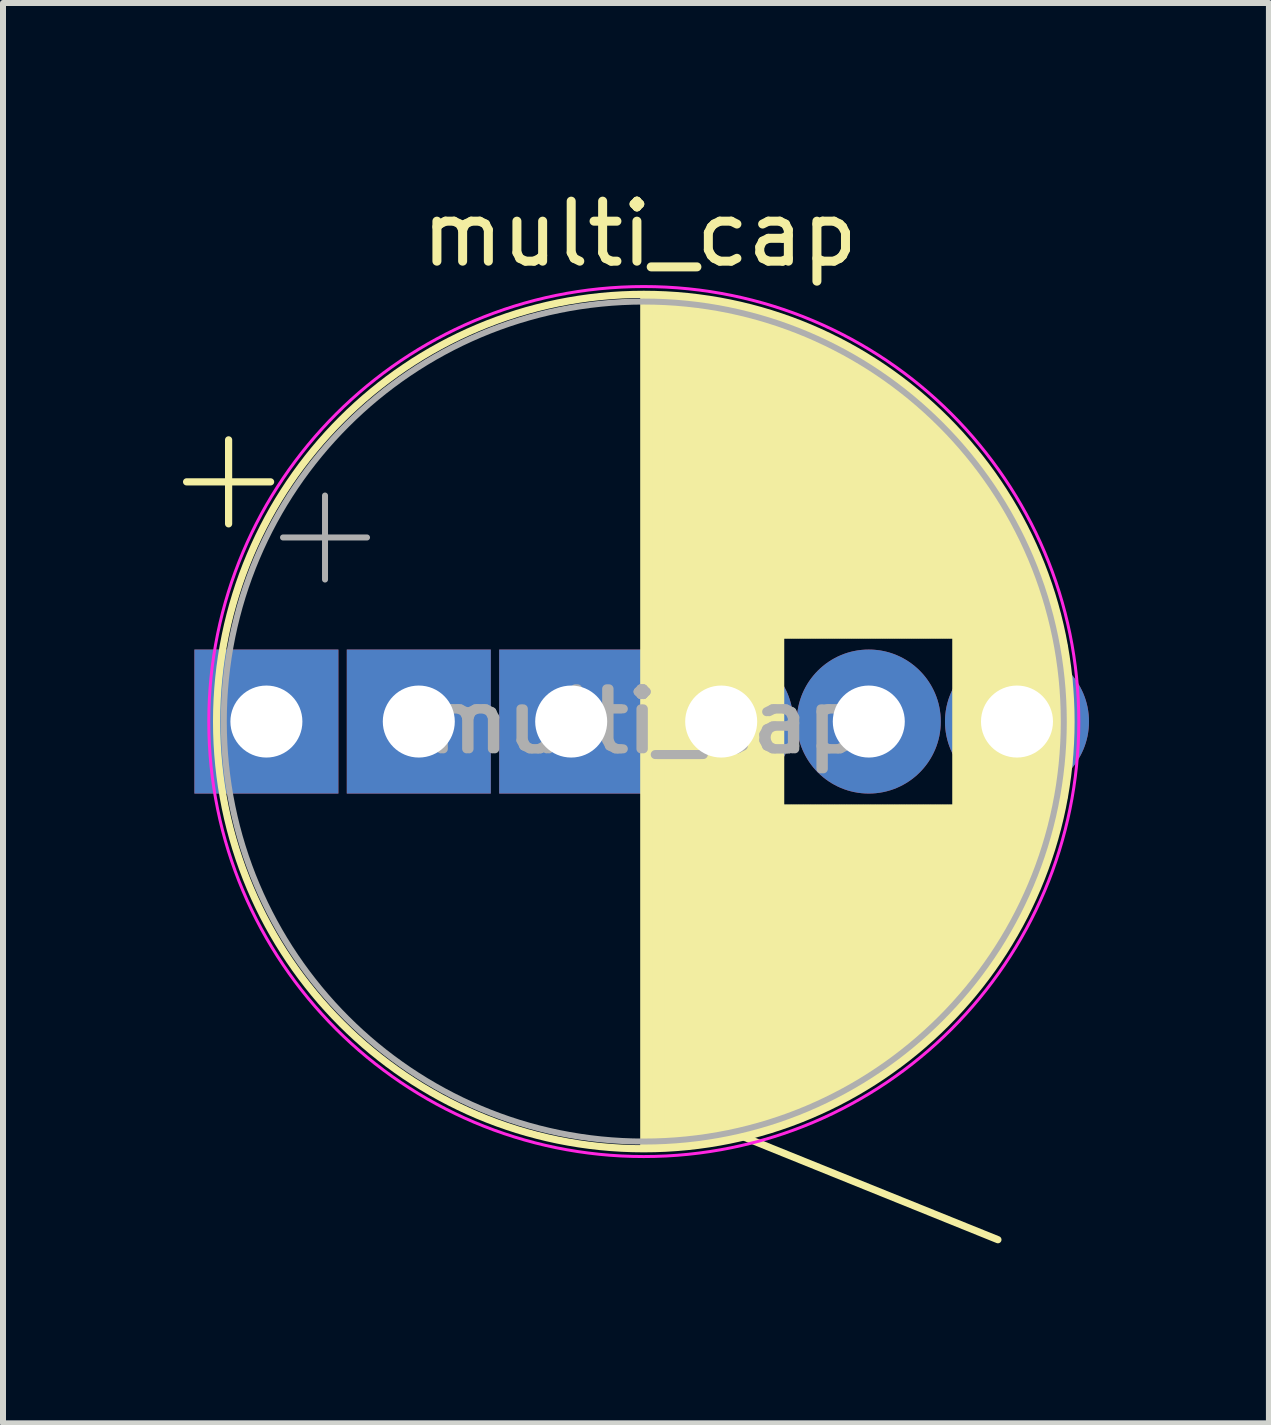
<source format=kicad_pcb>
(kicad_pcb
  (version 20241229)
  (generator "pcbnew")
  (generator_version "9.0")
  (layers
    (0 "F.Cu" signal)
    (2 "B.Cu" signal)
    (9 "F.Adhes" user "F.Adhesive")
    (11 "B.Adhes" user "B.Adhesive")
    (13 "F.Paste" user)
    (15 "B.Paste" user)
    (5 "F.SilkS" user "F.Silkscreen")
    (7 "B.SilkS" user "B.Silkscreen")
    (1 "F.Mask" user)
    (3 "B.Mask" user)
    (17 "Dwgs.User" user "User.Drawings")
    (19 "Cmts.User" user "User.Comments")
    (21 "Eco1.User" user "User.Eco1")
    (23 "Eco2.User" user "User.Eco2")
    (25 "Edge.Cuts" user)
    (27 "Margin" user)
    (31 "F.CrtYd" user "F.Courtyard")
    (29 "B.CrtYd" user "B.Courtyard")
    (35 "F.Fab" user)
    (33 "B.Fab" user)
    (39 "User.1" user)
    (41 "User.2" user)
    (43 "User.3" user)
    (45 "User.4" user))
  (footprint "multi_cap"
    (layer "F.Cu")
    (at 7.613 9.103)
    (property "Reference" "multi_cap" (at 0 -8.255 0) (layer "F.SilkS") (effects (font (size 1 1) (thickness 0.15))))
    (attr through_hole)
    (fp_line (start -7.553 -4.122) (end -6.153 -4.122) (stroke (width 0.12) (type solid)) (layer "F.SilkS"))
    (fp_line (start -6.853 -4.822) (end -6.853 -3.422) (stroke (width 0.12) (type solid)) (layer "F.SilkS"))
    (fp_line (start 0.067 -7.207) (end 0.067 6.953) (stroke (width 0.12) (type solid)) (layer "F.SilkS"))
    (fp_line (start 0.107 -7.207) (end 0.107 6.953) (stroke (width 0.12) (type solid)) (layer "F.SilkS"))
    (fp_line (start 0.147 -7.207) (end 0.147 6.953) (stroke (width 0.12) (type solid)) (layer "F.SilkS"))
    (fp_line (start 0.187 -7.206) (end 0.187 6.952) (stroke (width 0.12) (type solid)) (layer "F.SilkS"))
    (fp_line (start 0.227 -7.206) (end 0.227 6.952) (stroke (width 0.12) (type solid)) (layer "F.SilkS"))
    (fp_line (start 0.267 -7.205) (end 0.267 6.951) (stroke (width 0.12) (type solid)) (layer "F.SilkS"))
    (fp_line (start 0.307 -7.203) (end 0.307 6.949) (stroke (width 0.12) (type solid)) (layer "F.SilkS"))
    (fp_line (start 0.347 -7.202) (end 0.347 6.948) (stroke (width 0.12) (type solid)) (layer "F.SilkS"))
    (fp_line (start 0.387 -7.2) (end 0.387 6.946) (stroke (width 0.12) (type solid)) (layer "F.SilkS"))
    (fp_line (start 0.427 -7.198) (end 0.427 6.944) (stroke (width 0.12) (type solid)) (layer "F.SilkS"))
    (fp_line (start 0.467 -7.196) (end 0.467 6.942) (stroke (width 0.12) (type solid)) (layer "F.SilkS"))
    (fp_line (start 0.507 -7.194) (end 0.507 6.94) (stroke (width 0.12) (type solid)) (layer "F.SilkS"))
    (fp_line (start 0.547 -7.191) (end 0.547 6.937) (stroke (width 0.12) (type solid)) (layer "F.SilkS"))
    (fp_line (start 0.587 -7.188) (end 0.587 6.934) (stroke (width 0.12) (type solid)) (layer "F.SilkS"))
    (fp_line (start 0.627 -7.185) (end 0.627 6.931) (stroke (width 0.12) (type solid)) (layer "F.SilkS"))
    (fp_line (start 0.707 -7.179) (end 0.707 6.925) (stroke (width 0.12) (type solid)) (layer "F.SilkS"))
    (fp_line (start 0.747 -7.175) (end 0.747 6.921) (stroke (width 0.12) (type solid)) (layer "F.SilkS"))
    (fp_line (start 0.788 -7.171) (end 0.788 6.917) (stroke (width 0.12) (type solid)) (layer "F.SilkS"))
    (fp_line (start 0.828 -7.167) (end 0.828 6.913) (stroke (width 0.12) (type solid)) (layer "F.SilkS"))
    (fp_line (start 0.868 -7.162) (end 0.868 6.908) (stroke (width 0.12) (type solid)) (layer "F.SilkS"))
    (fp_line (start 0.908 -7.158) (end 0.908 6.904) (stroke (width 0.12) (type solid)) (layer "F.SilkS"))
    (fp_line (start 0.948 -7.153) (end 0.948 6.899) (stroke (width 0.12) (type solid)) (layer "F.SilkS"))
    (fp_line (start 0.988 -7.148) (end 0.988 6.894) (stroke (width 0.12) (type solid)) (layer "F.SilkS"))
    (fp_line (start 1.028 -7.142) (end 1.028 6.888) (stroke (width 0.12) (type solid)) (layer "F.SilkS"))
    (fp_line (start 1.068 -7.137) (end 1.068 6.883) (stroke (width 0.12) (type solid)) (layer "F.SilkS"))
    (fp_line (start 1.108 -7.131) (end 1.108 6.877) (stroke (width 0.12) (type solid)) (layer "F.SilkS"))
    (fp_line (start 1.148 -7.125) (end 1.148 6.871) (stroke (width 0.12) (type solid)) (layer "F.SilkS"))
    (fp_line (start 1.188 -7.119) (end 1.188 6.865) (stroke (width 0.12) (type solid)) (layer "F.SilkS"))
    (fp_line (start 1.228 -7.112) (end 1.228 6.858) (stroke (width 0.12) (type solid)) (layer "F.SilkS"))
    (fp_line (start 1.268 -7.106) (end 1.268 6.852) (stroke (width 0.12) (type solid)) (layer "F.SilkS"))
    (fp_line (start 1.308 -7.099) (end 1.308 6.845) (stroke (width 0.12) (type solid)) (layer "F.SilkS"))
    (fp_line (start 1.348 -7.091) (end 1.348 6.837) (stroke (width 0.12) (type solid)) (layer "F.SilkS"))
    (fp_line (start 1.388 -7.084) (end 1.388 6.83) (stroke (width 0.12) (type solid)) (layer "F.SilkS"))
    (fp_line (start 1.428 -7.076) (end 1.428 6.822) (stroke (width 0.12) (type solid)) (layer "F.SilkS"))
    (fp_line (start 1.468 -7.069) (end 1.468 6.815) (stroke (width 0.12) (type solid)) (layer "F.SilkS"))
    (fp_line (start 1.508 -7.06) (end 1.508 6.806) (stroke (width 0.12) (type solid)) (layer "F.SilkS"))
    (fp_line (start 1.548 -7.052) (end 1.548 6.798) (stroke (width 0.12) (type solid)) (layer "F.SilkS"))
    (fp_line (start 1.588 -7.043) (end 1.588 6.789) (stroke (width 0.12) (type solid)) (layer "F.SilkS"))
    (fp_line (start 1.628 -7.034) (end 1.628 6.78) (stroke (width 0.12) (type solid)) (layer "F.SilkS"))
    (fp_line (start 1.708 -7.016) (end 1.708 6.762) (stroke (width 0.12) (type solid)) (layer "F.SilkS"))
    (fp_line (start 1.748 -7.006) (end 1.748 6.752) (stroke (width 0.12) (type solid)) (layer "F.SilkS"))
    (fp_line (start 1.788 -6.997) (end 1.788 6.743) (stroke (width 0.12) (type solid)) (layer "F.SilkS"))
    (fp_line (start 1.828 -6.987) (end 1.828 6.733) (stroke (width 0.12) (type solid)) (layer "F.SilkS"))
    (fp_line (start 1.868 -6.976) (end 1.868 6.722) (stroke (width 0.12) (type solid)) (layer "F.SilkS"))
    (fp_line (start 1.908 -6.966) (end 1.908 6.712) (stroke (width 0.12) (type solid)) (layer "F.SilkS"))
    (fp_line (start 1.948 -6.955) (end 1.948 6.701) (stroke (width 0.12) (type solid)) (layer "F.SilkS"))
    (fp_line (start 1.988 -6.944) (end 1.988 6.69) (stroke (width 0.12) (type solid)) (layer "F.SilkS"))
    (fp_line (start 2.028 -6.932) (end 2.028 6.678) (stroke (width 0.12) (type solid)) (layer "F.SilkS"))
    (fp_line (start 2.068 -6.921) (end 2.068 6.667) (stroke (width 0.12) (type solid)) (layer "F.SilkS"))
    (fp_line (start 2.108 -6.909) (end 2.108 6.655) (stroke (width 0.12) (type solid)) (layer "F.SilkS"))
    (fp_line (start 2.148 -6.897) (end 2.148 6.643) (stroke (width 0.12) (type solid)) (layer "F.SilkS"))
    (fp_line (start 2.188 -6.885) (end 2.188 6.631) (stroke (width 0.12) (type solid)) (layer "F.SilkS"))
    (fp_line (start 2.228 -6.872) (end 2.228 6.618) (stroke (width 0.12) (type solid)) (layer "F.SilkS"))
    (fp_line (start 2.268 -6.859) (end 2.268 6.605) (stroke (width 0.12) (type solid)) (layer "F.SilkS"))
    (fp_line (start 2.308 -6.846) (end 2.308 6.592) (stroke (width 0.12) (type solid)) (layer "F.SilkS"))
    (fp_line (start 2.348 -6.833) (end 2.348 6.579) (stroke (width 0.12) (type solid)) (layer "F.SilkS"))
    (fp_line (start 2.388 -6.819) (end 2.388 -1.567) (stroke (width 0.12) (type solid)) (layer "F.SilkS"))
    (fp_line (start 2.388 1.313) (end 2.388 6.565) (stroke (width 0.12) (type solid)) (layer "F.SilkS"))
    (fp_line (start 2.428 -6.805) (end 2.428 -1.567) (stroke (width 0.12) (type solid)) (layer "F.SilkS"))
    (fp_line (start 2.428 1.313) (end 2.428 6.551) (stroke (width 0.12) (type solid)) (layer "F.SilkS"))
    (fp_line (start 2.468 -6.791) (end 2.468 -1.567) (stroke (width 0.12) (type solid)) (layer "F.SilkS"))
    (fp_line (start 2.468 1.313) (end 2.468 6.537) (stroke (width 0.12) (type solid)) (layer "F.SilkS"))
    (fp_line (start 2.508 -6.776) (end 2.508 -1.567) (stroke (width 0.12) (type solid)) (layer "F.SilkS"))
    (fp_line (start 2.508 1.313) (end 2.508 6.522) (stroke (width 0.12) (type solid)) (layer "F.SilkS"))
    (fp_line (start 2.548 -6.762) (end 2.548 -1.567) (stroke (width 0.12) (type solid)) (layer "F.SilkS"))
    (fp_line (start 2.548 1.313) (end 2.548 6.508) (stroke (width 0.12) (type solid)) (layer "F.SilkS"))
    (fp_line (start 2.588 -6.747) (end 2.588 -1.567) (stroke (width 0.12) (type solid)) (layer "F.SilkS"))
    (fp_line (start 2.588 1.313) (end 2.588 6.493) (stroke (width 0.12) (type solid)) (layer "F.SilkS"))
    (fp_line (start 2.628 -6.731) (end 2.628 -1.567) (stroke (width 0.12) (type solid)) (layer "F.SilkS"))
    (fp_line (start 2.628 1.313) (end 2.628 6.477) (stroke (width 0.12) (type solid)) (layer "F.SilkS"))
    (fp_line (start 2.668 -6.716) (end 2.668 -1.567) (stroke (width 0.12) (type solid)) (layer "F.SilkS"))
    (fp_line (start 2.668 1.313) (end 2.668 6.462) (stroke (width 0.12) (type solid)) (layer "F.SilkS"))
    (fp_line (start 2.708 -6.7) (end 2.708 -1.567) (stroke (width 0.12) (type solid)) (layer "F.SilkS"))
    (fp_line (start 2.708 1.313) (end 2.708 6.446) (stroke (width 0.12) (type solid)) (layer "F.SilkS"))
    (fp_line (start 2.748 -6.684) (end 2.748 -1.567) (stroke (width 0.12) (type solid)) (layer "F.SilkS"))
    (fp_line (start 2.748 1.313) (end 2.748 6.43) (stroke (width 0.12) (type solid)) (layer "F.SilkS"))
    (fp_line (start 2.788 -6.667) (end 2.788 -1.567) (stroke (width 0.12) (type solid)) (layer "F.SilkS"))
    (fp_line (start 2.788 1.313) (end 2.788 6.413) (stroke (width 0.12) (type solid)) (layer "F.SilkS"))
    (fp_line (start 2.828 -6.651) (end 2.828 -1.567) (stroke (width 0.12) (type solid)) (layer "F.SilkS"))
    (fp_line (start 2.828 1.313) (end 2.828 6.397) (stroke (width 0.12) (type solid)) (layer "F.SilkS"))
    (fp_line (start 2.868 -6.634) (end 2.868 -1.567) (stroke (width 0.12) (type solid)) (layer "F.SilkS"))
    (fp_line (start 2.868 1.313) (end 2.868 6.38) (stroke (width 0.12) (type solid)) (layer "F.SilkS"))
    (fp_line (start 2.908 -6.617) (end 2.908 -1.567) (stroke (width 0.12) (type solid)) (layer "F.SilkS"))
    (fp_line (start 2.908 1.313) (end 2.908 6.363) (stroke (width 0.12) (type solid)) (layer "F.SilkS"))
    (fp_line (start 2.948 -6.599) (end 2.948 -1.567) (stroke (width 0.12) (type solid)) (layer "F.SilkS"))
    (fp_line (start 2.948 1.313) (end 2.948 6.345) (stroke (width 0.12) (type solid)) (layer "F.SilkS"))
    (fp_line (start 2.988 -6.581) (end 2.988 -1.567) (stroke (width 0.12) (type solid)) (layer "F.SilkS"))
    (fp_line (start 2.988 1.313) (end 2.988 6.327) (stroke (width 0.12) (type solid)) (layer "F.SilkS"))
    (fp_line (start 3.028 -6.563) (end 3.028 -1.567) (stroke (width 0.12) (type solid)) (layer "F.SilkS"))
    (fp_line (start 3.028 1.313) (end 3.028 6.309) (stroke (width 0.12) (type solid)) (layer "F.SilkS"))
    (fp_line (start 3.068 -6.545) (end 3.068 -1.567) (stroke (width 0.12) (type solid)) (layer "F.SilkS"))
    (fp_line (start 3.068 1.313) (end 3.068 6.291) (stroke (width 0.12) (type solid)) (layer "F.SilkS"))
    (fp_line (start 3.108 -6.526) (end 3.108 -1.567) (stroke (width 0.12) (type solid)) (layer "F.SilkS"))
    (fp_line (start 3.108 1.313) (end 3.108 6.272) (stroke (width 0.12) (type solid)) (layer "F.SilkS"))
    (fp_line (start 3.148 -6.507) (end 3.148 -1.567) (stroke (width 0.12) (type solid)) (layer "F.SilkS"))
    (fp_line (start 3.148 1.313) (end 3.148 6.253) (stroke (width 0.12) (type solid)) (layer "F.SilkS"))
    (fp_line (start 3.188 -6.487) (end 3.188 -1.567) (stroke (width 0.12) (type solid)) (layer "F.SilkS"))
    (fp_line (start 3.188 1.313) (end 3.188 6.233) (stroke (width 0.12) (type solid)) (layer "F.SilkS"))
    (fp_line (start 3.228 -6.468) (end 3.228 -1.567) (stroke (width 0.12) (type solid)) (layer "F.SilkS"))
    (fp_line (start 3.228 1.313) (end 3.228 6.214) (stroke (width 0.12) (type solid)) (layer "F.SilkS"))
    (fp_line (start 3.268 -6.448) (end 3.268 -1.567) (stroke (width 0.12) (type solid)) (layer "F.SilkS"))
    (fp_line (start 3.268 1.313) (end 3.268 6.194) (stroke (width 0.12) (type solid)) (layer "F.SilkS"))
    (fp_line (start 3.308 -6.428) (end 3.308 -1.567) (stroke (width 0.12) (type solid)) (layer "F.SilkS"))
    (fp_line (start 3.308 1.313) (end 3.308 6.174) (stroke (width 0.12) (type solid)) (layer "F.SilkS"))
    (fp_line (start 3.348 -6.407) (end 3.348 -1.567) (stroke (width 0.12) (type solid)) (layer "F.SilkS"))
    (fp_line (start 3.348 1.313) (end 3.348 6.153) (stroke (width 0.12) (type solid)) (layer "F.SilkS"))
    (fp_line (start 3.388 -6.386) (end 3.388 -1.567) (stroke (width 0.12) (type solid)) (layer "F.SilkS"))
    (fp_line (start 3.388 1.313) (end 3.388 6.132) (stroke (width 0.12) (type solid)) (layer "F.SilkS"))
    (fp_line (start 3.428 -6.365) (end 3.428 -1.567) (stroke (width 0.12) (type solid)) (layer "F.SilkS"))
    (fp_line (start 3.428 1.313) (end 3.428 6.111) (stroke (width 0.12) (type solid)) (layer "F.SilkS"))
    (fp_line (start 3.468 -6.343) (end 3.468 -1.567) (stroke (width 0.12) (type solid)) (layer "F.SilkS"))
    (fp_line (start 3.468 1.313) (end 3.468 6.089) (stroke (width 0.12) (type solid)) (layer "F.SilkS"))
    (fp_line (start 3.508 -6.321) (end 3.508 -1.567) (stroke (width 0.12) (type solid)) (layer "F.SilkS"))
    (fp_line (start 3.508 1.313) (end 3.508 6.067) (stroke (width 0.12) (type solid)) (layer "F.SilkS"))
    (fp_line (start 3.548 -6.299) (end 3.548 -1.567) (stroke (width 0.12) (type solid)) (layer "F.SilkS"))
    (fp_line (start 3.548 1.313) (end 3.548 6.045) (stroke (width 0.12) (type solid)) (layer "F.SilkS"))
    (fp_line (start 3.588 -6.277) (end 3.588 -1.567) (stroke (width 0.12) (type solid)) (layer "F.SilkS"))
    (fp_line (start 3.588 1.313) (end 3.588 6.023) (stroke (width 0.12) (type solid)) (layer "F.SilkS"))
    (fp_line (start 3.628 -6.254) (end 3.628 -1.567) (stroke (width 0.12) (type solid)) (layer "F.SilkS"))
    (fp_line (start 3.628 1.313) (end 3.628 6) (stroke (width 0.12) (type solid)) (layer "F.SilkS"))
    (fp_line (start 3.668 -6.23) (end 3.668 -1.567) (stroke (width 0.12) (type solid)) (layer "F.SilkS"))
    (fp_line (start 3.668 1.313) (end 3.668 5.976) (stroke (width 0.12) (type solid)) (layer "F.SilkS"))
    (fp_line (start 3.708 -6.207) (end 3.708 -1.567) (stroke (width 0.12) (type solid)) (layer "F.SilkS"))
    (fp_line (start 3.708 1.313) (end 3.708 5.953) (stroke (width 0.12) (type solid)) (layer "F.SilkS"))
    (fp_line (start 3.748 -6.183) (end 3.748 -1.567) (stroke (width 0.12) (type solid)) (layer "F.SilkS"))
    (fp_line (start 3.748 1.313) (end 3.748 5.929) (stroke (width 0.12) (type solid)) (layer "F.SilkS"))
    (fp_line (start 3.788 -6.158) (end 3.788 -1.567) (stroke (width 0.12) (type solid)) (layer "F.SilkS"))
    (fp_line (start 3.788 1.313) (end 3.788 5.904) (stroke (width 0.12) (type solid)) (layer "F.SilkS"))
    (fp_line (start 3.828 -6.134) (end 3.828 -1.567) (stroke (width 0.12) (type solid)) (layer "F.SilkS"))
    (fp_line (start 3.828 1.313) (end 3.828 5.88) (stroke (width 0.12) (type solid)) (layer "F.SilkS"))
    (fp_line (start 3.868 -6.109) (end 3.868 -1.567) (stroke (width 0.12) (type solid)) (layer "F.SilkS"))
    (fp_line (start 3.868 1.313) (end 3.868 5.855) (stroke (width 0.12) (type solid)) (layer "F.SilkS"))
    (fp_line (start 3.908 -6.083) (end 3.908 -1.567) (stroke (width 0.12) (type solid)) (layer "F.SilkS"))
    (fp_line (start 3.908 1.313) (end 3.908 5.829) (stroke (width 0.12) (type solid)) (layer "F.SilkS"))
    (fp_line (start 3.948 -6.057) (end 3.948 -1.567) (stroke (width 0.12) (type solid)) (layer "F.SilkS"))
    (fp_line (start 3.948 1.313) (end 3.948 5.803) (stroke (width 0.12) (type solid)) (layer "F.SilkS"))
    (fp_line (start 3.988 -6.031) (end 3.988 -1.567) (stroke (width 0.12) (type solid)) (layer "F.SilkS"))
    (fp_line (start 3.988 1.313) (end 3.988 5.777) (stroke (width 0.12) (type solid)) (layer "F.SilkS"))
    (fp_line (start 4.028 -6.005) (end 4.028 -1.567) (stroke (width 0.12) (type solid)) (layer "F.SilkS"))
    (fp_line (start 4.028 1.313) (end 4.028 5.751) (stroke (width 0.12) (type solid)) (layer "F.SilkS"))
    (fp_line (start 4.068 -5.978) (end 4.068 -1.567) (stroke (width 0.12) (type solid)) (layer "F.SilkS"))
    (fp_line (start 4.068 1.313) (end 4.068 5.724) (stroke (width 0.12) (type solid)) (layer "F.SilkS"))
    (fp_line (start 4.108 -5.95) (end 4.108 -1.567) (stroke (width 0.12) (type solid)) (layer "F.SilkS"))
    (fp_line (start 4.108 1.313) (end 4.108 5.696) (stroke (width 0.12) (type solid)) (layer "F.SilkS"))
    (fp_line (start 4.148 -5.923) (end 4.148 -1.567) (stroke (width 0.12) (type solid)) (layer "F.SilkS"))
    (fp_line (start 4.148 1.313) (end 4.148 5.669) (stroke (width 0.12) (type solid)) (layer "F.SilkS"))
    (fp_line (start 4.188 -5.894) (end 4.188 -1.567) (stroke (width 0.12) (type solid)) (layer "F.SilkS"))
    (fp_line (start 4.188 1.313) (end 4.188 5.64) (stroke (width 0.12) (type solid)) (layer "F.SilkS"))
    (fp_line (start 4.228 -5.866) (end 4.228 -1.567) (stroke (width 0.12) (type solid)) (layer "F.SilkS"))
    (fp_line (start 4.228 1.313) (end 4.228 5.612) (stroke (width 0.12) (type solid)) (layer "F.SilkS"))
    (fp_line (start 4.268 -5.837) (end 4.268 -1.567) (stroke (width 0.12) (type solid)) (layer "F.SilkS"))
    (fp_line (start 4.268 1.313) (end 4.268 5.583) (stroke (width 0.12) (type solid)) (layer "F.SilkS"))
    (fp_line (start 4.308 -5.807) (end 4.308 -1.567) (stroke (width 0.12) (type solid)) (layer "F.SilkS"))
    (fp_line (start 4.308 1.313) (end 4.308 5.553) (stroke (width 0.12) (type solid)) (layer "F.SilkS"))
    (fp_line (start 4.348 -5.777) (end 4.348 -1.567) (stroke (width 0.12) (type solid)) (layer "F.SilkS"))
    (fp_line (start 4.348 1.313) (end 4.348 5.523) (stroke (width 0.12) (type solid)) (layer "F.SilkS"))
    (fp_line (start 4.388 -5.747) (end 4.388 -1.567) (stroke (width 0.12) (type solid)) (layer "F.SilkS"))
    (fp_line (start 4.388 1.313) (end 4.388 5.493) (stroke (width 0.12) (type solid)) (layer "F.SilkS"))
    (fp_line (start 4.428 -5.716) (end 4.428 -1.567) (stroke (width 0.12) (type solid)) (layer "F.SilkS"))
    (fp_line (start 4.428 1.313) (end 4.428 5.462) (stroke (width 0.12) (type solid)) (layer "F.SilkS"))
    (fp_line (start 4.468 -5.685) (end 4.468 -1.567) (stroke (width 0.12) (type solid)) (layer "F.SilkS"))
    (fp_line (start 4.468 1.313) (end 4.468 5.431) (stroke (width 0.12) (type solid)) (layer "F.SilkS"))
    (fp_line (start 4.508 -5.654) (end 4.508 -1.567) (stroke (width 0.12) (type solid)) (layer "F.SilkS"))
    (fp_line (start 4.508 1.313) (end 4.508 5.4) (stroke (width 0.12) (type solid)) (layer "F.SilkS"))
    (fp_line (start 4.548 -5.621) (end 4.548 -1.567) (stroke (width 0.12) (type solid)) (layer "F.SilkS"))
    (fp_line (start 4.548 1.313) (end 4.548 5.367) (stroke (width 0.12) (type solid)) (layer "F.SilkS"))
    (fp_line (start 4.588 -5.589) (end 4.588 -1.567) (stroke (width 0.12) (type solid)) (layer "F.SilkS"))
    (fp_line (start 4.588 1.313) (end 4.588 5.335) (stroke (width 0.12) (type solid)) (layer "F.SilkS"))
    (fp_line (start 4.628 -5.556) (end 4.628 -1.567) (stroke (width 0.12) (type solid)) (layer "F.SilkS"))
    (fp_line (start 4.628 1.313) (end 4.628 5.302) (stroke (width 0.12) (type solid)) (layer "F.SilkS"))
    (fp_line (start 4.668 -5.522) (end 4.668 -1.567) (stroke (width 0.12) (type solid)) (layer "F.SilkS"))
    (fp_line (start 4.668 1.313) (end 4.668 5.268) (stroke (width 0.12) (type solid)) (layer "F.SilkS"))
    (fp_line (start 4.708 -5.488) (end 4.708 -1.567) (stroke (width 0.12) (type solid)) (layer "F.SilkS"))
    (fp_line (start 4.708 1.313) (end 4.708 5.234) (stroke (width 0.12) (type solid)) (layer "F.SilkS"))
    (fp_line (start 4.748 -5.453) (end 4.748 -1.567) (stroke (width 0.12) (type solid)) (layer "F.SilkS"))
    (fp_line (start 4.748 1.313) (end 4.748 5.199) (stroke (width 0.12) (type solid)) (layer "F.SilkS"))
    (fp_line (start 4.788 -5.418) (end 4.788 -1.567) (stroke (width 0.12) (type solid)) (layer "F.SilkS"))
    (fp_line (start 4.788 1.313) (end 4.788 5.164) (stroke (width 0.12) (type solid)) (layer "F.SilkS"))
    (fp_line (start 4.828 -5.382) (end 4.828 -1.567) (stroke (width 0.12) (type solid)) (layer "F.SilkS"))
    (fp_line (start 4.828 1.313) (end 4.828 5.128) (stroke (width 0.12) (type solid)) (layer "F.SilkS"))
    (fp_line (start 4.868 -5.346) (end 4.868 -1.567) (stroke (width 0.12) (type solid)) (layer "F.SilkS"))
    (fp_line (start 4.868 1.313) (end 4.868 5.092) (stroke (width 0.12) (type solid)) (layer "F.SilkS"))
    (fp_line (start 4.908 -5.309) (end 4.908 -1.567) (stroke (width 0.12) (type solid)) (layer "F.SilkS"))
    (fp_line (start 4.908 1.313) (end 4.908 5.055) (stroke (width 0.12) (type solid)) (layer "F.SilkS"))
    (fp_line (start 4.948 -5.272) (end 4.948 -1.567) (stroke (width 0.12) (type solid)) (layer "F.SilkS"))
    (fp_line (start 4.948 1.313) (end 4.948 5.018) (stroke (width 0.12) (type solid)) (layer "F.SilkS"))
    (fp_line (start 4.988 -5.234) (end 4.988 -1.567) (stroke (width 0.12) (type solid)) (layer "F.SilkS"))
    (fp_line (start 4.988 1.313) (end 4.988 4.98) (stroke (width 0.12) (type solid)) (layer "F.SilkS"))
    (fp_line (start 5.028 -5.196) (end 5.028 -1.567) (stroke (width 0.12) (type solid)) (layer "F.SilkS"))
    (fp_line (start 5.028 1.313) (end 5.028 4.942) (stroke (width 0.12) (type solid)) (layer "F.SilkS"))
    (fp_line (start 5.068 -5.156) (end 5.068 -1.567) (stroke (width 0.12) (type solid)) (layer "F.SilkS"))
    (fp_line (start 5.068 1.313) (end 5.068 4.902) (stroke (width 0.12) (type solid)) (layer "F.SilkS"))
    (fp_line (start 5.108 -5.117) (end 5.108 -1.567) (stroke (width 0.12) (type solid)) (layer "F.SilkS"))
    (fp_line (start 5.108 1.313) (end 5.108 4.863) (stroke (width 0.12) (type solid)) (layer "F.SilkS"))
    (fp_line (start 5.148 -5.076) (end 5.148 -1.567) (stroke (width 0.12) (type solid)) (layer "F.SilkS"))
    (fp_line (start 5.148 1.313) (end 5.148 4.822) (stroke (width 0.12) (type solid)) (layer "F.SilkS"))
    (fp_line (start 5.188 -5.035) (end 5.188 -1.567) (stroke (width 0.12) (type solid)) (layer "F.SilkS"))
    (fp_line (start 5.188 1.313) (end 5.188 4.781) (stroke (width 0.12) (type solid)) (layer "F.SilkS"))
    (fp_line (start 5.228 -4.993) (end 5.228 -1.567) (stroke (width 0.12) (type solid)) (layer "F.SilkS"))
    (fp_line (start 5.228 1.313) (end 5.228 4.739) (stroke (width 0.12) (type solid)) (layer "F.SilkS"))
    (fp_line (start 5.268 -4.951) (end 5.268 4.697) (stroke (width 0.12) (type solid)) (layer "F.SilkS"))
    (fp_line (start 5.308 -4.908) (end 5.308 4.654) (stroke (width 0.12) (type solid)) (layer "F.SilkS"))
    (fp_line (start 5.348 -4.864) (end 5.348 4.61) (stroke (width 0.12) (type solid)) (layer "F.SilkS"))
    (fp_line (start 5.388 -4.82) (end 5.388 4.566) (stroke (width 0.12) (type solid)) (layer "F.SilkS"))
    (fp_line (start 5.428 -4.774) (end 5.428 4.52) (stroke (width 0.12) (type solid)) (layer "F.SilkS"))
    (fp_line (start 5.468 -4.728) (end 5.468 4.474) (stroke (width 0.12) (type solid)) (layer "F.SilkS"))
    (fp_line (start 5.508 -4.681) (end 5.508 4.427) (stroke (width 0.12) (type solid)) (layer "F.SilkS"))
    (fp_line (start 5.548 -4.633) (end 5.548 4.379) (stroke (width 0.12) (type solid)) (layer "F.SilkS"))
    (fp_line (start 5.588 -4.585) (end 5.588 4.331) (stroke (width 0.12) (type solid)) (layer "F.SilkS"))
    (fp_line (start 5.628 -4.535) (end 5.628 4.281) (stroke (width 0.12) (type solid)) (layer "F.SilkS"))
    (fp_line (start 5.668 -4.485) (end 5.668 4.231) (stroke (width 0.12) (type solid)) (layer "F.SilkS"))
    (fp_line (start 5.708 -4.433) (end 5.708 4.179) (stroke (width 0.12) (type solid)) (layer "F.SilkS"))
    (fp_line (start 5.748 -4.381) (end 5.748 4.127) (stroke (width 0.12) (type solid)) (layer "F.SilkS"))
    (fp_line (start 5.788 -4.327) (end 5.788 4.073) (stroke (width 0.12) (type solid)) (layer "F.SilkS"))
    (fp_line (start 5.828 -4.273) (end 5.828 4.019) (stroke (width 0.12) (type solid)) (layer "F.SilkS"))
    (fp_line (start 5.868 -4.217) (end 5.868 3.963) (stroke (width 0.12) (type solid)) (layer "F.SilkS"))
    (fp_line (start 5.908 -4.16) (end 5.908 3.906) (stroke (width 0.12) (type solid)) (layer "F.SilkS"))
    (fp_line (start 5.948 -4.102) (end 5.948 3.848) (stroke (width 0.12) (type solid)) (layer "F.SilkS"))
    (fp_line (start 5.969 8.509) (end 1.668 6.771) (stroke (width 0.12) (type solid)) (layer "F.SilkS"))
    (fp_line (start 5.988 -4.043) (end 5.988 3.789) (stroke (width 0.12) (type solid)) (layer "F.SilkS"))
    (fp_line (start 6.028 -3.983) (end 6.028 3.729) (stroke (width 0.12) (type solid)) (layer "F.SilkS"))
    (fp_line (start 6.068 -3.921) (end 6.068 3.667) (stroke (width 0.12) (type solid)) (layer "F.SilkS"))
    (fp_line (start 6.108 -3.857) (end 6.108 3.603) (stroke (width 0.12) (type solid)) (layer "F.SilkS"))
    (fp_line (start 6.148 -3.793) (end 6.148 3.539) (stroke (width 0.12) (type solid)) (layer "F.SilkS"))
    (fp_line (start 6.188 -3.726) (end 6.188 3.472) (stroke (width 0.12) (type solid)) (layer "F.SilkS"))
    (fp_line (start 6.228 -3.658) (end 6.228 3.404) (stroke (width 0.12) (type solid)) (layer "F.SilkS"))
    (fp_line (start 6.268 -3.588) (end 6.268 3.334) (stroke (width 0.12) (type solid)) (layer "F.SilkS"))
    (fp_line (start 6.308 -3.516) (end 6.308 3.262) (stroke (width 0.12) (type solid)) (layer "F.SilkS"))
    (fp_line (start 6.348 -3.442) (end 6.348 3.188) (stroke (width 0.12) (type solid)) (layer "F.SilkS"))
    (fp_line (start 6.388 -3.367) (end 6.388 3.113) (stroke (width 0.12) (type solid)) (layer "F.SilkS"))
    (fp_line (start 6.428 -3.288) (end 6.428 3.034) (stroke (width 0.12) (type solid)) (layer "F.SilkS"))
    (fp_line (start 6.468 -3.207) (end 6.468 2.953) (stroke (width 0.12) (type solid)) (layer "F.SilkS"))
    (fp_line (start 6.508 -3.124) (end 6.508 2.87) (stroke (width 0.12) (type solid)) (layer "F.SilkS"))
    (fp_line (start 6.548 -3.038) (end 6.548 2.784) (stroke (width 0.12) (type solid)) (layer "F.SilkS"))
    (fp_line (start 6.588 -2.948) (end 6.588 2.694) (stroke (width 0.12) (type solid)) (layer "F.SilkS"))
    (fp_line (start 6.628 -2.855) (end 6.628 2.601) (stroke (width 0.12) (type solid)) (layer "F.SilkS"))
    (fp_line (start 6.668 -2.759) (end 6.668 2.505) (stroke (width 0.12) (type solid)) (layer "F.SilkS"))
    (fp_line (start 6.708 -2.657) (end 6.708 2.403) (stroke (width 0.12) (type solid)) (layer "F.SilkS"))
    (fp_line (start 6.748 -2.552) (end 6.748 2.298) (stroke (width 0.12) (type solid)) (layer "F.SilkS"))
    (fp_line (start 6.788 -2.44) (end 6.788 2.186) (stroke (width 0.12) (type solid)) (layer "F.SilkS"))
    (fp_line (start 6.828 -2.323) (end 6.828 2.069) (stroke (width 0.12) (type solid)) (layer "F.SilkS"))
    (fp_line (start 6.868 -2.198) (end 6.868 1.944) (stroke (width 0.12) (type solid)) (layer "F.SilkS"))
    (fp_line (start 6.908 -2.065) (end 6.908 1.811) (stroke (width 0.12) (type solid)) (layer "F.SilkS"))
    (fp_line (start 6.948 -1.921) (end 6.948 1.667) (stroke (width 0.12) (type solid)) (layer "F.SilkS"))
    (fp_line (start 6.988 -1.763) (end 6.988 1.509) (stroke (width 0.12) (type solid)) (layer "F.SilkS"))
    (fp_line (start 7.028 -1.588) (end 7.028 1.334) (stroke (width 0.12) (type solid)) (layer "F.SilkS"))
    (fp_line (start 7.068 -1.389) (end 7.068 1.135) (stroke (width 0.12) (type solid)) (layer "F.SilkS"))
    (fp_line (start 7.108 -1.152) (end 7.108 0.898) (stroke (width 0.12) (type solid)) (layer "F.SilkS"))
    (fp_line (start 7.148 -0.841) (end 7.148 0.587) (stroke (width 0.12) (type solid)) (layer "F.SilkS"))
    (fp_circle (center 0.067 -0.127) (end 7.187 -0.127) (stroke (width 0.12) (type solid)) (fill no) (layer "F.SilkS"))
    (fp_circle (center 0.067 -0.127) (end 7.317 -0.127) (stroke (width 0.05) (type solid)) (fill no) (layer "F.CrtYd"))
    (fp_line (start -5.946 -3.195) (end -4.546 -3.195) (stroke (width 0.1) (type solid)) (layer "F.Fab"))
    (fp_line (start -5.246 -3.894) (end -5.246 -2.494) (stroke (width 0.1) (type solid)) (layer "F.Fab"))
    (fp_circle (center 0.067 -0.127) (end 7.067 -0.127) (stroke (width 0.1) (type solid)) (fill no) (layer "F.Fab"))
    (fp_text user "${REFERENCE}" (at 0.107 -0.127 0) (layer "F.Fab") (effects (font (size 1 1) (thickness 0.15))))
    (fp_text user "${REFERENCE}" (at 0.067 -0.127 0) (layer "F.Fab") (effects (font (size 1 1) (thickness 0.15))))
    (pad "1" thru_hole rect (at -6.223 -0.127) (size 2.4 2.4) (drill 1.2) (layers "*.Cu" "*.Mask"))
    (pad "1" thru_hole rect (at -3.683 -0.127) (size 2.4 2.4) (drill 1.2) (layers "*.Cu" "*.Mask"))
    (pad "1" thru_hole rect (at -1.143 -0.127) (size 2.4 2.4) (drill 1.2) (layers "*.Cu" "*.Mask"))
    (pad "2" thru_hole circle (at 1.357 -0.127) (size 2.4 2.4) (drill 1.2) (layers "*.Cu" "*.Mask"))
    (pad "2" thru_hole circle (at 3.817 -0.127) (size 2.4 2.4) (drill 1.2) (layers "*.Cu" "*.Mask"))
    (pad "2" thru_hole circle (at 6.287 -0.127) (size 2.4 2.4) (drill 1.2) (layers "*.Cu" "*.Mask")))
  (gr_rect
    (start -3 -3)
    (end 18.099 20.672)
    (stroke (width 0.1) (type default))
    (fill no)
    (layer "Edge.Cuts")))
</source>
